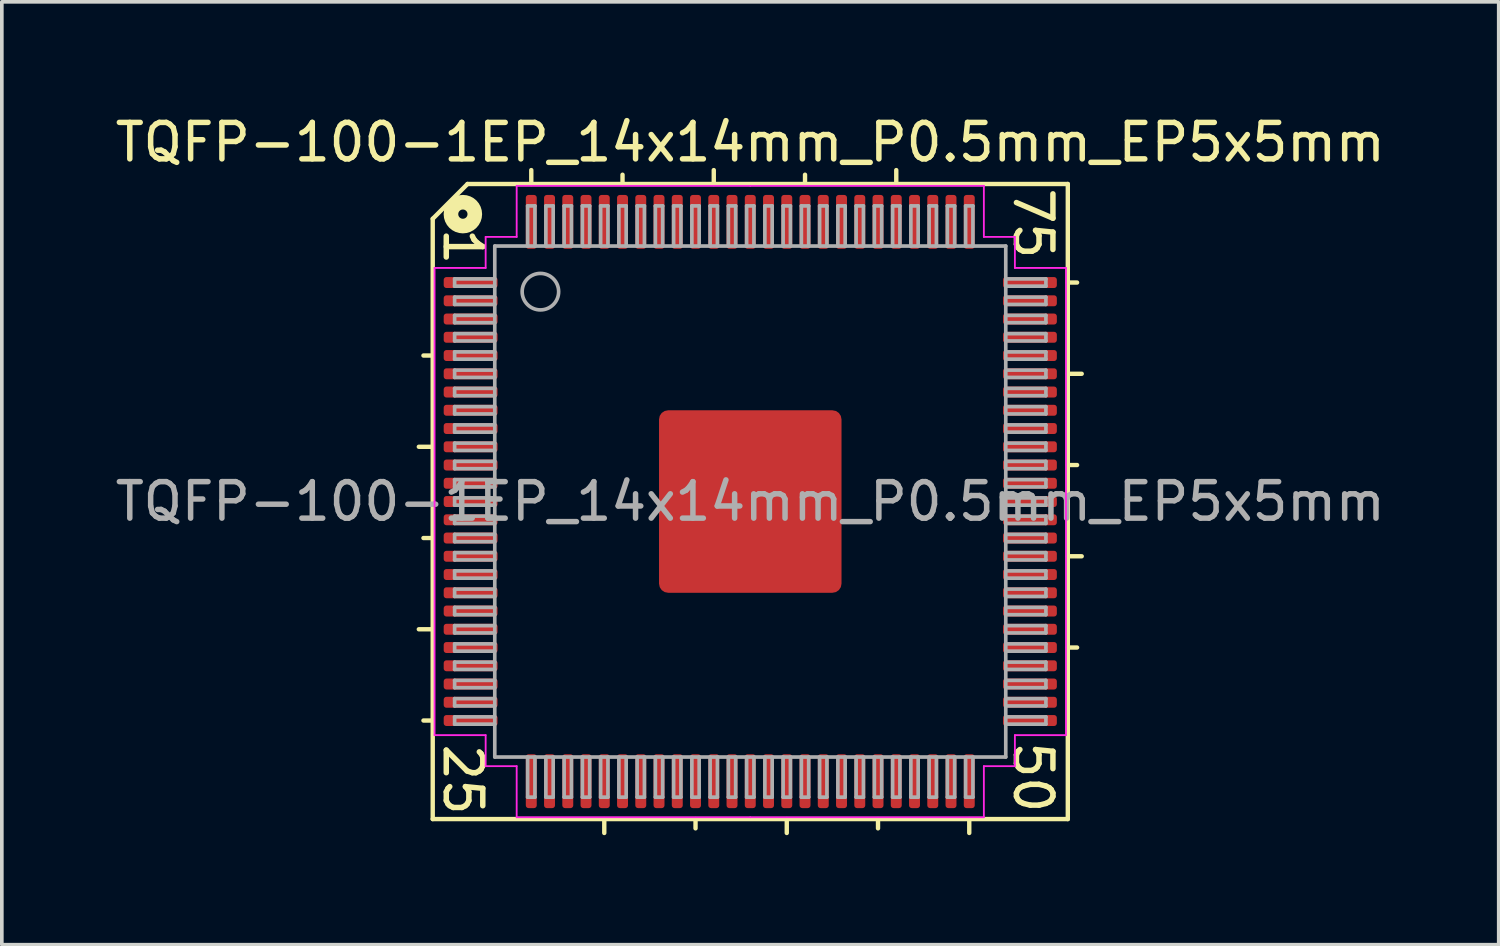
<source format=kicad_pcb>
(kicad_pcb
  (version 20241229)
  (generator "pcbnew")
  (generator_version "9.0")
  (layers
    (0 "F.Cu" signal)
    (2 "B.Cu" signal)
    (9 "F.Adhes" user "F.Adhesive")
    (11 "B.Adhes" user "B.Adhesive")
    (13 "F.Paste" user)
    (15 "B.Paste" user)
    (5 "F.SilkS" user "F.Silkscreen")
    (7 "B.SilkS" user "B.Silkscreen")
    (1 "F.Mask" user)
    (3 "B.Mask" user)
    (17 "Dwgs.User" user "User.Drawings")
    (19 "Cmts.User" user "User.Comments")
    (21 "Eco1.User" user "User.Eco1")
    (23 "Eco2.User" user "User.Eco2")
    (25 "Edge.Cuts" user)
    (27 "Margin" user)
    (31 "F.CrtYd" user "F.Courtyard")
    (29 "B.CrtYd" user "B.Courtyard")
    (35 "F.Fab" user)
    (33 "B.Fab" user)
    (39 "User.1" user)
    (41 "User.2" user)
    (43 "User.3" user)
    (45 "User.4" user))
  (footprint "TQFP-100-1EP_14x14mm_P0.5mm_EP5x5mm"
    (layer "F.Cu")
    (at 17.506 10.691)
    (property "Reference" "TQFP-100-1EP_14x14mm_P0.5mm_EP5x5mm" (at 0 -9.843 0) (layer "F.SilkS") (effects (font (size 1 1) (thickness 0.15))))
    (attr smd)
    (fp_line (start -8.7 -7.747) (end -8.7 8.7) (stroke (width 0.12) (type solid)) (layer "F.SilkS"))
    (fp_line (start -8.7 -4) (end -8.954 -4) (stroke (width 0.12) (type solid)) (layer "F.SilkS"))
    (fp_line (start -8.7 -1.5) (end -9.081 -1.5) (stroke (width 0.12) (type solid)) (layer "F.SilkS"))
    (fp_line (start -8.7 1) (end -8.954 1) (stroke (width 0.12) (type solid)) (layer "F.SilkS"))
    (fp_line (start -8.7 3.5) (end -9.081 3.5) (stroke (width 0.12) (type solid)) (layer "F.SilkS"))
    (fp_line (start -8.7 6) (end -8.954 6) (stroke (width 0.12) (type solid)) (layer "F.SilkS"))
    (fp_line (start -8.7 8.7) (end 8.7 8.7) (stroke (width 0.12) (type solid)) (layer "F.SilkS"))
    (fp_line (start -7.747 -8.7) (end -8.7 -7.747) (stroke (width 0.12) (type solid)) (layer "F.SilkS"))
    (fp_line (start -6 -8.7) (end -6 -9.081) (stroke (width 0.12) (type solid)) (layer "F.SilkS"))
    (fp_line (start -4 8.7) (end -4 9.081) (stroke (width 0.12) (type solid)) (layer "F.SilkS"))
    (fp_line (start -3.5 -8.7) (end -3.5 -8.954) (stroke (width 0.12) (type solid)) (layer "F.SilkS"))
    (fp_line (start -1.5 8.7) (end -1.5 8.954) (stroke (width 0.12) (type solid)) (layer "F.SilkS"))
    (fp_line (start -1 -8.7) (end -1 -9.081) (stroke (width 0.12) (type solid)) (layer "F.SilkS"))
    (fp_line (start 1 8.7) (end 1 9.081) (stroke (width 0.12) (type solid)) (layer "F.SilkS"))
    (fp_line (start 1.5 -8.7) (end 1.5 -8.954) (stroke (width 0.12) (type solid)) (layer "F.SilkS"))
    (fp_line (start 3.5 8.7) (end 3.5 8.954) (stroke (width 0.12) (type solid)) (layer "F.SilkS"))
    (fp_line (start 4 -8.7) (end 4 -9.081) (stroke (width 0.12) (type solid)) (layer "F.SilkS"))
    (fp_line (start 6 8.7) (end 6 9.081) (stroke (width 0.12) (type solid)) (layer "F.SilkS"))
    (fp_line (start 8.7 -8.7) (end -7.747 -8.7) (stroke (width 0.12) (type solid)) (layer "F.SilkS"))
    (fp_line (start 8.7 -6) (end 8.954 -6) (stroke (width 0.12) (type solid)) (layer "F.SilkS"))
    (fp_line (start 8.7 -3.5) (end 9.081 -3.5) (stroke (width 0.12) (type solid)) (layer "F.SilkS"))
    (fp_line (start 8.7 -1) (end 8.954 -1) (stroke (width 0.12) (type solid)) (layer "F.SilkS"))
    (fp_line (start 8.7 1.5) (end 9.081 1.5) (stroke (width 0.12) (type solid)) (layer "F.SilkS"))
    (fp_line (start 8.7 4) (end 8.954 4) (stroke (width 0.12) (type solid)) (layer "F.SilkS"))
    (fp_line (start 8.7 8.7) (end 8.7 -8.7) (stroke (width 0.12) (type solid)) (layer "F.SilkS"))
    (fp_circle (center -7.874 -7.874) (end -7.747 -7.874) (stroke (width 0.4) (type solid)) (fill no) (layer "F.SilkS"))
    (fp_line (start -8.65 -6.4) (end -8.65 0) (stroke (width 0.05) (type solid)) (layer "F.CrtYd"))
    (fp_line (start -8.65 6.4) (end -8.65 0) (stroke (width 0.05) (type solid)) (layer "F.CrtYd"))
    (fp_line (start -7.25 -7.25) (end -7.25 -6.4) (stroke (width 0.05) (type solid)) (layer "F.CrtYd"))
    (fp_line (start -7.25 -6.4) (end -8.65 -6.4) (stroke (width 0.05) (type solid)) (layer "F.CrtYd"))
    (fp_line (start -7.25 6.4) (end -8.65 6.4) (stroke (width 0.05) (type solid)) (layer "F.CrtYd"))
    (fp_line (start -7.25 7.25) (end -7.25 6.4) (stroke (width 0.05) (type solid)) (layer "F.CrtYd"))
    (fp_line (start -6.4 -8.65) (end -6.4 -7.25) (stroke (width 0.05) (type solid)) (layer "F.CrtYd"))
    (fp_line (start -6.4 -7.25) (end -7.25 -7.25) (stroke (width 0.05) (type solid)) (layer "F.CrtYd"))
    (fp_line (start -6.4 7.25) (end -7.25 7.25) (stroke (width 0.05) (type solid)) (layer "F.CrtYd"))
    (fp_line (start -6.4 8.65) (end -6.4 7.25) (stroke (width 0.05) (type solid)) (layer "F.CrtYd"))
    (fp_line (start 0 -8.65) (end -6.4 -8.65) (stroke (width 0.05) (type solid)) (layer "F.CrtYd"))
    (fp_line (start 0 -8.65) (end 6.4 -8.65) (stroke (width 0.05) (type solid)) (layer "F.CrtYd"))
    (fp_line (start 0 8.65) (end -6.4 8.65) (stroke (width 0.05) (type solid)) (layer "F.CrtYd"))
    (fp_line (start 0 8.65) (end 6.4 8.65) (stroke (width 0.05) (type solid)) (layer "F.CrtYd"))
    (fp_line (start 6.4 -8.65) (end 6.4 -7.25) (stroke (width 0.05) (type solid)) (layer "F.CrtYd"))
    (fp_line (start 6.4 -7.25) (end 7.25 -7.25) (stroke (width 0.05) (type solid)) (layer "F.CrtYd"))
    (fp_line (start 6.4 7.25) (end 7.25 7.25) (stroke (width 0.05) (type solid)) (layer "F.CrtYd"))
    (fp_line (start 6.4 8.65) (end 6.4 7.25) (stroke (width 0.05) (type solid)) (layer "F.CrtYd"))
    (fp_line (start 7.25 -7.25) (end 7.25 -6.4) (stroke (width 0.05) (type solid)) (layer "F.CrtYd"))
    (fp_line (start 7.25 -6.4) (end 8.65 -6.4) (stroke (width 0.05) (type solid)) (layer "F.CrtYd"))
    (fp_line (start 7.25 6.4) (end 8.65 6.4) (stroke (width 0.05) (type solid)) (layer "F.CrtYd"))
    (fp_line (start 7.25 7.25) (end 7.25 6.4) (stroke (width 0.05) (type solid)) (layer "F.CrtYd"))
    (fp_line (start 8.65 -6.4) (end 8.65 0) (stroke (width 0.05) (type solid)) (layer "F.CrtYd"))
    (fp_line (start 8.65 6.4) (end 8.65 0) (stroke (width 0.05) (type solid)) (layer "F.CrtYd"))
    (fp_line (start -8.1 -6.1) (end -8.1 -5.9) (stroke (width 0.1) (type solid)) (layer "F.Fab"))
    (fp_line (start -8.1 -6.1) (end -7 -6.1) (stroke (width 0.1) (type solid)) (layer "F.Fab"))
    (fp_line (start -8.1 -5.9) (end -7 -5.9) (stroke (width 0.1) (type solid)) (layer "F.Fab"))
    (fp_line (start -8.1 -5.6) (end -8.1 -5.4) (stroke (width 0.1) (type solid)) (layer "F.Fab"))
    (fp_line (start -8.1 -5.6) (end -7 -5.6) (stroke (width 0.1) (type solid)) (layer "F.Fab"))
    (fp_line (start -8.1 -5.4) (end -7 -5.4) (stroke (width 0.1) (type solid)) (layer "F.Fab"))
    (fp_line (start -8.1 -5.1) (end -8.1 -4.9) (stroke (width 0.1) (type solid)) (layer "F.Fab"))
    (fp_line (start -8.1 -5.1) (end -7 -5.1) (stroke (width 0.1) (type solid)) (layer "F.Fab"))
    (fp_line (start -8.1 -4.9) (end -7 -4.9) (stroke (width 0.1) (type solid)) (layer "F.Fab"))
    (fp_line (start -8.1 -4.6) (end -8.1 -4.4) (stroke (width 0.1) (type solid)) (layer "F.Fab"))
    (fp_line (start -8.1 -4.6) (end -7 -4.6) (stroke (width 0.1) (type solid)) (layer "F.Fab"))
    (fp_line (start -8.1 -4.4) (end -7 -4.4) (stroke (width 0.1) (type solid)) (layer "F.Fab"))
    (fp_line (start -8.1 -4.1) (end -8.1 -3.9) (stroke (width 0.1) (type solid)) (layer "F.Fab"))
    (fp_line (start -8.1 -4.1) (end -7 -4.1) (stroke (width 0.1) (type solid)) (layer "F.Fab"))
    (fp_line (start -8.1 -3.9) (end -7 -3.9) (stroke (width 0.1) (type solid)) (layer "F.Fab"))
    (fp_line (start -8.1 -3.6) (end -8.1 -3.4) (stroke (width 0.1) (type solid)) (layer "F.Fab"))
    (fp_line (start -8.1 -3.6) (end -7 -3.6) (stroke (width 0.1) (type solid)) (layer "F.Fab"))
    (fp_line (start -8.1 -3.4) (end -7 -3.4) (stroke (width 0.1) (type solid)) (layer "F.Fab"))
    (fp_line (start -8.1 -3.1) (end -8.1 -2.9) (stroke (width 0.1) (type solid)) (layer "F.Fab"))
    (fp_line (start -8.1 -3.1) (end -7 -3.1) (stroke (width 0.1) (type solid)) (layer "F.Fab"))
    (fp_line (start -8.1 -2.9) (end -7 -2.9) (stroke (width 0.1) (type solid)) (layer "F.Fab"))
    (fp_line (start -8.1 -2.6) (end -8.1 -2.4) (stroke (width 0.1) (type solid)) (layer "F.Fab"))
    (fp_line (start -8.1 -2.6) (end -7 -2.6) (stroke (width 0.1) (type solid)) (layer "F.Fab"))
    (fp_line (start -8.1 -2.4) (end -7 -2.4) (stroke (width 0.1) (type solid)) (layer "F.Fab"))
    (fp_line (start -8.1 -2.1) (end -8.1 -1.9) (stroke (width 0.1) (type solid)) (layer "F.Fab"))
    (fp_line (start -8.1 -2.1) (end -7 -2.1) (stroke (width 0.1) (type solid)) (layer "F.Fab"))
    (fp_line (start -8.1 -1.9) (end -7 -1.9) (stroke (width 0.1) (type solid)) (layer "F.Fab"))
    (fp_line (start -8.1 -1.6) (end -8.1 -1.4) (stroke (width 0.1) (type solid)) (layer "F.Fab"))
    (fp_line (start -8.1 -1.6) (end -7 -1.6) (stroke (width 0.1) (type solid)) (layer "F.Fab"))
    (fp_line (start -8.1 -1.4) (end -7 -1.4) (stroke (width 0.1) (type solid)) (layer "F.Fab"))
    (fp_line (start -8.1 -1.1) (end -8.1 -0.9) (stroke (width 0.1) (type solid)) (layer "F.Fab"))
    (fp_line (start -8.1 -1.1) (end -7 -1.1) (stroke (width 0.1) (type solid)) (layer "F.Fab"))
    (fp_line (start -8.1 -0.9) (end -7 -0.9) (stroke (width 0.1) (type solid)) (layer "F.Fab"))
    (fp_line (start -8.1 -0.6) (end -8.1 -0.4) (stroke (width 0.1) (type solid)) (layer "F.Fab"))
    (fp_line (start -8.1 -0.6) (end -7 -0.6) (stroke (width 0.1) (type solid)) (layer "F.Fab"))
    (fp_line (start -8.1 -0.4) (end -7 -0.4) (stroke (width 0.1) (type solid)) (layer "F.Fab"))
    (fp_line (start -8.1 -0.1) (end -8.1 0.1) (stroke (width 0.1) (type solid)) (layer "F.Fab"))
    (fp_line (start -8.1 -0.1) (end -7 -0.1) (stroke (width 0.1) (type solid)) (layer "F.Fab"))
    (fp_line (start -8.1 0.1) (end -7 0.1) (stroke (width 0.1) (type solid)) (layer "F.Fab"))
    (fp_line (start -8.1 0.4) (end -8.1 0.6) (stroke (width 0.1) (type solid)) (layer "F.Fab"))
    (fp_line (start -8.1 0.4) (end -7 0.4) (stroke (width 0.1) (type solid)) (layer "F.Fab"))
    (fp_line (start -8.1 0.6) (end -7 0.6) (stroke (width 0.1) (type solid)) (layer "F.Fab"))
    (fp_line (start -8.1 0.9) (end -8.1 1.1) (stroke (width 0.1) (type solid)) (layer "F.Fab"))
    (fp_line (start -8.1 0.9) (end -7 0.9) (stroke (width 0.1) (type solid)) (layer "F.Fab"))
    (fp_line (start -8.1 1.1) (end -7 1.1) (stroke (width 0.1) (type solid)) (layer "F.Fab"))
    (fp_line (start -8.1 1.4) (end -8.1 1.6) (stroke (width 0.1) (type solid)) (layer "F.Fab"))
    (fp_line (start -8.1 1.4) (end -7 1.4) (stroke (width 0.1) (type solid)) (layer "F.Fab"))
    (fp_line (start -8.1 1.6) (end -7 1.6) (stroke (width 0.1) (type solid)) (layer "F.Fab"))
    (fp_line (start -8.1 1.9) (end -8.1 2.1) (stroke (width 0.1) (type solid)) (layer "F.Fab"))
    (fp_line (start -8.1 1.9) (end -7 1.9) (stroke (width 0.1) (type solid)) (layer "F.Fab"))
    (fp_line (start -8.1 2.1) (end -7 2.1) (stroke (width 0.1) (type solid)) (layer "F.Fab"))
    (fp_line (start -8.1 2.4) (end -8.1 2.6) (stroke (width 0.1) (type solid)) (layer "F.Fab"))
    (fp_line (start -8.1 2.4) (end -7 2.4) (stroke (width 0.1) (type solid)) (layer "F.Fab"))
    (fp_line (start -8.1 2.6) (end -7 2.6) (stroke (width 0.1) (type solid)) (layer "F.Fab"))
    (fp_line (start -8.1 2.9) (end -8.1 3.1) (stroke (width 0.1) (type solid)) (layer "F.Fab"))
    (fp_line (start -8.1 2.9) (end -7 2.9) (stroke (width 0.1) (type solid)) (layer "F.Fab"))
    (fp_line (start -8.1 3.1) (end -7 3.1) (stroke (width 0.1) (type solid)) (layer "F.Fab"))
    (fp_line (start -8.1 3.4) (end -8.1 3.6) (stroke (width 0.1) (type solid)) (layer "F.Fab"))
    (fp_line (start -8.1 3.4) (end -7 3.4) (stroke (width 0.1) (type solid)) (layer "F.Fab"))
    (fp_line (start -8.1 3.6) (end -7 3.6) (stroke (width 0.1) (type solid)) (layer "F.Fab"))
    (fp_line (start -8.1 3.9) (end -8.1 4.1) (stroke (width 0.1) (type solid)) (layer "F.Fab"))
    (fp_line (start -8.1 3.9) (end -7 3.9) (stroke (width 0.1) (type solid)) (layer "F.Fab"))
    (fp_line (start -8.1 4.1) (end -7 4.1) (stroke (width 0.1) (type solid)) (layer "F.Fab"))
    (fp_line (start -8.1 4.4) (end -8.1 4.6) (stroke (width 0.1) (type solid)) (layer "F.Fab"))
    (fp_line (start -8.1 4.4) (end -7 4.4) (stroke (width 0.1) (type solid)) (layer "F.Fab"))
    (fp_line (start -8.1 4.6) (end -7 4.6) (stroke (width 0.1) (type solid)) (layer "F.Fab"))
    (fp_line (start -8.1 4.9) (end -8.1 5.1) (stroke (width 0.1) (type solid)) (layer "F.Fab"))
    (fp_line (start -8.1 4.9) (end -7 4.9) (stroke (width 0.1) (type solid)) (layer "F.Fab"))
    (fp_line (start -8.1 5.1) (end -7 5.1) (stroke (width 0.1) (type solid)) (layer "F.Fab"))
    (fp_line (start -8.1 5.4) (end -8.1 5.6) (stroke (width 0.1) (type solid)) (layer "F.Fab"))
    (fp_line (start -8.1 5.4) (end -7 5.4) (stroke (width 0.1) (type solid)) (layer "F.Fab"))
    (fp_line (start -8.1 5.6) (end -7 5.6) (stroke (width 0.1) (type solid)) (layer "F.Fab"))
    (fp_line (start -8.1 5.9) (end -8.1 6.1) (stroke (width 0.1) (type solid)) (layer "F.Fab"))
    (fp_line (start -8.1 5.9) (end -7 5.9) (stroke (width 0.1) (type solid)) (layer "F.Fab"))
    (fp_line (start -8.1 6.1) (end -7 6.1) (stroke (width 0.1) (type solid)) (layer "F.Fab"))
    (fp_line (start -7 -7) (end 7 -7) (stroke (width 0.1) (type solid)) (layer "F.Fab"))
    (fp_line (start -7 7) (end -7 -7) (stroke (width 0.1) (type solid)) (layer "F.Fab"))
    (fp_line (start -6.1 -8.1) (end -6.1 -7) (stroke (width 0.1) (type solid)) (layer "F.Fab"))
    (fp_line (start -6.1 8.1) (end -6.1 7) (stroke (width 0.1) (type solid)) (layer "F.Fab"))
    (fp_line (start -6.1 8.1) (end -5.9 8.1) (stroke (width 0.1) (type solid)) (layer "F.Fab"))
    (fp_line (start -5.9 -8.1) (end -6.1 -8.1) (stroke (width 0.1) (type solid)) (layer "F.Fab"))
    (fp_line (start -5.9 -8.1) (end -5.9 -7) (stroke (width 0.1) (type solid)) (layer "F.Fab"))
    (fp_line (start -5.9 8.1) (end -5.9 7) (stroke (width 0.1) (type solid)) (layer "F.Fab"))
    (fp_line (start -5.6 -8.1) (end -5.6 -7) (stroke (width 0.1) (type solid)) (layer "F.Fab"))
    (fp_line (start -5.6 8.1) (end -5.6 7) (stroke (width 0.1) (type solid)) (layer "F.Fab"))
    (fp_line (start -5.6 8.1) (end -5.4 8.1) (stroke (width 0.1) (type solid)) (layer "F.Fab"))
    (fp_line (start -5.4 -8.1) (end -5.6 -8.1) (stroke (width 0.1) (type solid)) (layer "F.Fab"))
    (fp_line (start -5.4 -8.1) (end -5.4 -7) (stroke (width 0.1) (type solid)) (layer "F.Fab"))
    (fp_line (start -5.4 8.1) (end -5.4 7) (stroke (width 0.1) (type solid)) (layer "F.Fab"))
    (fp_line (start -5.1 -8.1) (end -5.1 -7) (stroke (width 0.1) (type solid)) (layer "F.Fab"))
    (fp_line (start -5.1 8.1) (end -5.1 7) (stroke (width 0.1) (type solid)) (layer "F.Fab"))
    (fp_line (start -5.1 8.1) (end -4.9 8.1) (stroke (width 0.1) (type solid)) (layer "F.Fab"))
    (fp_line (start -4.9 -8.1) (end -5.1 -8.1) (stroke (width 0.1) (type solid)) (layer "F.Fab"))
    (fp_line (start -4.9 -8.1) (end -4.9 -7) (stroke (width 0.1) (type solid)) (layer "F.Fab"))
    (fp_line (start -4.9 8.1) (end -4.9 7) (stroke (width 0.1) (type solid)) (layer "F.Fab"))
    (fp_line (start -4.6 -8.1) (end -4.6 -7) (stroke (width 0.1) (type solid)) (layer "F.Fab"))
    (fp_line (start -4.6 8.1) (end -4.6 7) (stroke (width 0.1) (type solid)) (layer "F.Fab"))
    (fp_line (start -4.6 8.1) (end -4.4 8.1) (stroke (width 0.1) (type solid)) (layer "F.Fab"))
    (fp_line (start -4.4 -8.1) (end -4.6 -8.1) (stroke (width 0.1) (type solid)) (layer "F.Fab"))
    (fp_line (start -4.4 -8.1) (end -4.4 -7) (stroke (width 0.1) (type solid)) (layer "F.Fab"))
    (fp_line (start -4.4 8.1) (end -4.4 7) (stroke (width 0.1) (type solid)) (layer "F.Fab"))
    (fp_line (start -4.1 -8.1) (end -4.1 -7) (stroke (width 0.1) (type solid)) (layer "F.Fab"))
    (fp_line (start -4.1 8.1) (end -4.1 7) (stroke (width 0.1) (type solid)) (layer "F.Fab"))
    (fp_line (start -4.1 8.1) (end -3.9 8.1) (stroke (width 0.1) (type solid)) (layer "F.Fab"))
    (fp_line (start -3.9 -8.1) (end -4.1 -8.1) (stroke (width 0.1) (type solid)) (layer "F.Fab"))
    (fp_line (start -3.9 -8.1) (end -3.9 -7) (stroke (width 0.1) (type solid)) (layer "F.Fab"))
    (fp_line (start -3.9 8.1) (end -3.9 7) (stroke (width 0.1) (type solid)) (layer "F.Fab"))
    (fp_line (start -3.6 -8.1) (end -3.6 -7) (stroke (width 0.1) (type solid)) (layer "F.Fab"))
    (fp_line (start -3.6 8.1) (end -3.6 7) (stroke (width 0.1) (type solid)) (layer "F.Fab"))
    (fp_line (start -3.6 8.1) (end -3.4 8.1) (stroke (width 0.1) (type solid)) (layer "F.Fab"))
    (fp_line (start -3.4 -8.1) (end -3.6 -8.1) (stroke (width 0.1) (type solid)) (layer "F.Fab"))
    (fp_line (start -3.4 -8.1) (end -3.4 -7) (stroke (width 0.1) (type solid)) (layer "F.Fab"))
    (fp_line (start -3.4 8.1) (end -3.4 7) (stroke (width 0.1) (type solid)) (layer "F.Fab"))
    (fp_line (start -3.1 -8.1) (end -3.1 -7) (stroke (width 0.1) (type solid)) (layer "F.Fab"))
    (fp_line (start -3.1 8.1) (end -3.1 7) (stroke (width 0.1) (type solid)) (layer "F.Fab"))
    (fp_line (start -3.1 8.1) (end -2.9 8.1) (stroke (width 0.1) (type solid)) (layer "F.Fab"))
    (fp_line (start -2.9 -8.1) (end -3.1 -8.1) (stroke (width 0.1) (type solid)) (layer "F.Fab"))
    (fp_line (start -2.9 -8.1) (end -2.9 -7) (stroke (width 0.1) (type solid)) (layer "F.Fab"))
    (fp_line (start -2.9 8.1) (end -2.9 7) (stroke (width 0.1) (type solid)) (layer "F.Fab"))
    (fp_line (start -2.6 -8.1) (end -2.6 -7) (stroke (width 0.1) (type solid)) (layer "F.Fab"))
    (fp_line (start -2.6 8.1) (end -2.6 7) (stroke (width 0.1) (type solid)) (layer "F.Fab"))
    (fp_line (start -2.6 8.1) (end -2.4 8.1) (stroke (width 0.1) (type solid)) (layer "F.Fab"))
    (fp_line (start -2.4 -8.1) (end -2.6 -8.1) (stroke (width 0.1) (type solid)) (layer "F.Fab"))
    (fp_line (start -2.4 -8.1) (end -2.4 -7) (stroke (width 0.1) (type solid)) (layer "F.Fab"))
    (fp_line (start -2.4 8.1) (end -2.4 7) (stroke (width 0.1) (type solid)) (layer "F.Fab"))
    (fp_line (start -2.1 -8.1) (end -2.1 -7) (stroke (width 0.1) (type solid)) (layer "F.Fab"))
    (fp_line (start -2.1 8.1) (end -2.1 7) (stroke (width 0.1) (type solid)) (layer "F.Fab"))
    (fp_line (start -2.1 8.1) (end -1.9 8.1) (stroke (width 0.1) (type solid)) (layer "F.Fab"))
    (fp_line (start -1.9 -8.1) (end -2.1 -8.1) (stroke (width 0.1) (type solid)) (layer "F.Fab"))
    (fp_line (start -1.9 -8.1) (end -1.9 -7) (stroke (width 0.1) (type solid)) (layer "F.Fab"))
    (fp_line (start -1.9 8.1) (end -1.9 7) (stroke (width 0.1) (type solid)) (layer "F.Fab"))
    (fp_line (start -1.6 -8.1) (end -1.6 -7) (stroke (width 0.1) (type solid)) (layer "F.Fab"))
    (fp_line (start -1.6 8.1) (end -1.6 7) (stroke (width 0.1) (type solid)) (layer "F.Fab"))
    (fp_line (start -1.6 8.1) (end -1.4 8.1) (stroke (width 0.1) (type solid)) (layer "F.Fab"))
    (fp_line (start -1.4 -8.1) (end -1.6 -8.1) (stroke (width 0.1) (type solid)) (layer "F.Fab"))
    (fp_line (start -1.4 -8.1) (end -1.4 -7) (stroke (width 0.1) (type solid)) (layer "F.Fab"))
    (fp_line (start -1.4 8.1) (end -1.4 7) (stroke (width 0.1) (type solid)) (layer "F.Fab"))
    (fp_line (start -1.1 -8.1) (end -1.1 -7) (stroke (width 0.1) (type solid)) (layer "F.Fab"))
    (fp_line (start -1.1 8.1) (end -1.1 7) (stroke (width 0.1) (type solid)) (layer "F.Fab"))
    (fp_line (start -1.1 8.1) (end -0.9 8.1) (stroke (width 0.1) (type solid)) (layer "F.Fab"))
    (fp_line (start -0.9 -8.1) (end -1.1 -8.1) (stroke (width 0.1) (type solid)) (layer "F.Fab"))
    (fp_line (start -0.9 -8.1) (end -0.9 -7) (stroke (width 0.1) (type solid)) (layer "F.Fab"))
    (fp_line (start -0.9 8.1) (end -0.9 7) (stroke (width 0.1) (type solid)) (layer "F.Fab"))
    (fp_line (start -0.6 -8.1) (end -0.6 -7) (stroke (width 0.1) (type solid)) (layer "F.Fab"))
    (fp_line (start -0.6 8.1) (end -0.6 7) (stroke (width 0.1) (type solid)) (layer "F.Fab"))
    (fp_line (start -0.6 8.1) (end -0.4 8.1) (stroke (width 0.1) (type solid)) (layer "F.Fab"))
    (fp_line (start -0.4 -8.1) (end -0.6 -8.1) (stroke (width 0.1) (type solid)) (layer "F.Fab"))
    (fp_line (start -0.4 -8.1) (end -0.4 -7) (stroke (width 0.1) (type solid)) (layer "F.Fab"))
    (fp_line (start -0.4 8.1) (end -0.4 7) (stroke (width 0.1) (type solid)) (layer "F.Fab"))
    (fp_line (start -0.1 -8.1) (end -0.1 -7) (stroke (width 0.1) (type solid)) (layer "F.Fab"))
    (fp_line (start -0.1 8.1) (end -0.1 7) (stroke (width 0.1) (type solid)) (layer "F.Fab"))
    (fp_line (start -0.1 8.1) (end 0.1 8.1) (stroke (width 0.1) (type solid)) (layer "F.Fab"))
    (fp_line (start 0.1 -8.1) (end -0.1 -8.1) (stroke (width 0.1) (type solid)) (layer "F.Fab"))
    (fp_line (start 0.1 -8.1) (end 0.1 -7) (stroke (width 0.1) (type solid)) (layer "F.Fab"))
    (fp_line (start 0.1 8.1) (end 0.1 7) (stroke (width 0.1) (type solid)) (layer "F.Fab"))
    (fp_line (start 0.4 -8.1) (end 0.4 -7) (stroke (width 0.1) (type solid)) (layer "F.Fab"))
    (fp_line (start 0.4 8.1) (end 0.4 7) (stroke (width 0.1) (type solid)) (layer "F.Fab"))
    (fp_line (start 0.4 8.1) (end 0.6 8.1) (stroke (width 0.1) (type solid)) (layer "F.Fab"))
    (fp_line (start 0.6 -8.1) (end 0.4 -8.1) (stroke (width 0.1) (type solid)) (layer "F.Fab"))
    (fp_line (start 0.6 -8.1) (end 0.6 -7) (stroke (width 0.1) (type solid)) (layer "F.Fab"))
    (fp_line (start 0.6 8.1) (end 0.6 7) (stroke (width 0.1) (type solid)) (layer "F.Fab"))
    (fp_line (start 0.9 -8.1) (end 0.9 -7) (stroke (width 0.1) (type solid)) (layer "F.Fab"))
    (fp_line (start 0.9 8.1) (end 0.9 7) (stroke (width 0.1) (type solid)) (layer "F.Fab"))
    (fp_line (start 0.9 8.1) (end 1.1 8.1) (stroke (width 0.1) (type solid)) (layer "F.Fab"))
    (fp_line (start 1.1 -8.1) (end 0.9 -8.1) (stroke (width 0.1) (type solid)) (layer "F.Fab"))
    (fp_line (start 1.1 -8.1) (end 1.1 -7) (stroke (width 0.1) (type solid)) (layer "F.Fab"))
    (fp_line (start 1.1 8.1) (end 1.1 7) (stroke (width 0.1) (type solid)) (layer "F.Fab"))
    (fp_line (start 1.4 -8.1) (end 1.4 -7) (stroke (width 0.1) (type solid)) (layer "F.Fab"))
    (fp_line (start 1.4 8.1) (end 1.4 7) (stroke (width 0.1) (type solid)) (layer "F.Fab"))
    (fp_line (start 1.4 8.1) (end 1.6 8.1) (stroke (width 0.1) (type solid)) (layer "F.Fab"))
    (fp_line (start 1.6 -8.1) (end 1.4 -8.1) (stroke (width 0.1) (type solid)) (layer "F.Fab"))
    (fp_line (start 1.6 -8.1) (end 1.6 -7) (stroke (width 0.1) (type solid)) (layer "F.Fab"))
    (fp_line (start 1.6 8.1) (end 1.6 7) (stroke (width 0.1) (type solid)) (layer "F.Fab"))
    (fp_line (start 1.9 -8.1) (end 1.9 -7) (stroke (width 0.1) (type solid)) (layer "F.Fab"))
    (fp_line (start 1.9 8.1) (end 1.9 7) (stroke (width 0.1) (type solid)) (layer "F.Fab"))
    (fp_line (start 1.9 8.1) (end 2.1 8.1) (stroke (width 0.1) (type solid)) (layer "F.Fab"))
    (fp_line (start 2.1 -8.1) (end 1.9 -8.1) (stroke (width 0.1) (type solid)) (layer "F.Fab"))
    (fp_line (start 2.1 -8.1) (end 2.1 -7) (stroke (width 0.1) (type solid)) (layer "F.Fab"))
    (fp_line (start 2.1 8.1) (end 2.1 7) (stroke (width 0.1) (type solid)) (layer "F.Fab"))
    (fp_line (start 2.4 -8.1) (end 2.4 -7) (stroke (width 0.1) (type solid)) (layer "F.Fab"))
    (fp_line (start 2.4 8.1) (end 2.4 7) (stroke (width 0.1) (type solid)) (layer "F.Fab"))
    (fp_line (start 2.4 8.1) (end 2.6 8.1) (stroke (width 0.1) (type solid)) (layer "F.Fab"))
    (fp_line (start 2.6 -8.1) (end 2.4 -8.1) (stroke (width 0.1) (type solid)) (layer "F.Fab"))
    (fp_line (start 2.6 -8.1) (end 2.6 -7) (stroke (width 0.1) (type solid)) (layer "F.Fab"))
    (fp_line (start 2.6 8.1) (end 2.6 7) (stroke (width 0.1) (type solid)) (layer "F.Fab"))
    (fp_line (start 2.9 -8.1) (end 2.9 -7) (stroke (width 0.1) (type solid)) (layer "F.Fab"))
    (fp_line (start 2.9 8.1) (end 2.9 7) (stroke (width 0.1) (type solid)) (layer "F.Fab"))
    (fp_line (start 2.9 8.1) (end 3.1 8.1) (stroke (width 0.1) (type solid)) (layer "F.Fab"))
    (fp_line (start 3.1 -8.1) (end 2.9 -8.1) (stroke (width 0.1) (type solid)) (layer "F.Fab"))
    (fp_line (start 3.1 -8.1) (end 3.1 -7) (stroke (width 0.1) (type solid)) (layer "F.Fab"))
    (fp_line (start 3.1 8.1) (end 3.1 7) (stroke (width 0.1) (type solid)) (layer "F.Fab"))
    (fp_line (start 3.4 -8.1) (end 3.4 -7) (stroke (width 0.1) (type solid)) (layer "F.Fab"))
    (fp_line (start 3.4 8.1) (end 3.4 7) (stroke (width 0.1) (type solid)) (layer "F.Fab"))
    (fp_line (start 3.4 8.1) (end 3.6 8.1) (stroke (width 0.1) (type solid)) (layer "F.Fab"))
    (fp_line (start 3.6 -8.1) (end 3.4 -8.1) (stroke (width 0.1) (type solid)) (layer "F.Fab"))
    (fp_line (start 3.6 -8.1) (end 3.6 -7) (stroke (width 0.1) (type solid)) (layer "F.Fab"))
    (fp_line (start 3.6 8.1) (end 3.6 7) (stroke (width 0.1) (type solid)) (layer "F.Fab"))
    (fp_line (start 3.9 -8.1) (end 3.9 -7) (stroke (width 0.1) (type solid)) (layer "F.Fab"))
    (fp_line (start 3.9 8.1) (end 3.9 7) (stroke (width 0.1) (type solid)) (layer "F.Fab"))
    (fp_line (start 3.9 8.1) (end 4.1 8.1) (stroke (width 0.1) (type solid)) (layer "F.Fab"))
    (fp_line (start 4.1 -8.1) (end 3.9 -8.1) (stroke (width 0.1) (type solid)) (layer "F.Fab"))
    (fp_line (start 4.1 -8.1) (end 4.1 -7) (stroke (width 0.1) (type solid)) (layer "F.Fab"))
    (fp_line (start 4.1 8.1) (end 4.1 7) (stroke (width 0.1) (type solid)) (layer "F.Fab"))
    (fp_line (start 4.4 -8.1) (end 4.4 -7) (stroke (width 0.1) (type solid)) (layer "F.Fab"))
    (fp_line (start 4.4 8.1) (end 4.4 7) (stroke (width 0.1) (type solid)) (layer "F.Fab"))
    (fp_line (start 4.4 8.1) (end 4.6 8.1) (stroke (width 0.1) (type solid)) (layer "F.Fab"))
    (fp_line (start 4.6 -8.1) (end 4.4 -8.1) (stroke (width 0.1) (type solid)) (layer "F.Fab"))
    (fp_line (start 4.6 -8.1) (end 4.6 -7) (stroke (width 0.1) (type solid)) (layer "F.Fab"))
    (fp_line (start 4.6 8.1) (end 4.6 7) (stroke (width 0.1) (type solid)) (layer "F.Fab"))
    (fp_line (start 4.9 -8.1) (end 4.9 -7) (stroke (width 0.1) (type solid)) (layer "F.Fab"))
    (fp_line (start 4.9 8.1) (end 4.9 7) (stroke (width 0.1) (type solid)) (layer "F.Fab"))
    (fp_line (start 4.9 8.1) (end 5.1 8.1) (stroke (width 0.1) (type solid)) (layer "F.Fab"))
    (fp_line (start 5.1 -8.1) (end 4.9 -8.1) (stroke (width 0.1) (type solid)) (layer "F.Fab"))
    (fp_line (start 5.1 -8.1) (end 5.1 -7) (stroke (width 0.1) (type solid)) (layer "F.Fab"))
    (fp_line (start 5.1 8.1) (end 5.1 7) (stroke (width 0.1) (type solid)) (layer "F.Fab"))
    (fp_line (start 5.4 -8.1) (end 5.4 -7) (stroke (width 0.1) (type solid)) (layer "F.Fab"))
    (fp_line (start 5.4 8.1) (end 5.4 7) (stroke (width 0.1) (type solid)) (layer "F.Fab"))
    (fp_line (start 5.4 8.1) (end 5.6 8.1) (stroke (width 0.1) (type solid)) (layer "F.Fab"))
    (fp_line (start 5.6 -8.1) (end 5.4 -8.1) (stroke (width 0.1) (type solid)) (layer "F.Fab"))
    (fp_line (start 5.6 -8.1) (end 5.6 -7) (stroke (width 0.1) (type solid)) (layer "F.Fab"))
    (fp_line (start 5.6 8.1) (end 5.6 7) (stroke (width 0.1) (type solid)) (layer "F.Fab"))
    (fp_line (start 5.9 -8.1) (end 5.9 -7) (stroke (width 0.1) (type solid)) (layer "F.Fab"))
    (fp_line (start 5.9 8.1) (end 5.9 7) (stroke (width 0.1) (type solid)) (layer "F.Fab"))
    (fp_line (start 5.9 8.1) (end 6.1 8.1) (stroke (width 0.1) (type solid)) (layer "F.Fab"))
    (fp_line (start 6.1 -8.1) (end 5.9 -8.1) (stroke (width 0.1) (type solid)) (layer "F.Fab"))
    (fp_line (start 6.1 -8.1) (end 6.1 -7) (stroke (width 0.1) (type solid)) (layer "F.Fab"))
    (fp_line (start 6.1 8.1) (end 6.1 7) (stroke (width 0.1) (type solid)) (layer "F.Fab"))
    (fp_line (start 7 -7) (end 7 7) (stroke (width 0.1) (type solid)) (layer "F.Fab"))
    (fp_line (start 7 7) (end -7 7) (stroke (width 0.1) (type solid)) (layer "F.Fab"))
    (fp_line (start 8.1 -6.1) (end 7 -6.1) (stroke (width 0.1) (type solid)) (layer "F.Fab"))
    (fp_line (start 8.1 -5.9) (end 7 -5.9) (stroke (width 0.1) (type solid)) (layer "F.Fab"))
    (fp_line (start 8.1 -5.9) (end 8.1 -6.1) (stroke (width 0.1) (type solid)) (layer "F.Fab"))
    (fp_line (start 8.1 -5.6) (end 7 -5.6) (stroke (width 0.1) (type solid)) (layer "F.Fab"))
    (fp_line (start 8.1 -5.4) (end 7 -5.4) (stroke (width 0.1) (type solid)) (layer "F.Fab"))
    (fp_line (start 8.1 -5.4) (end 8.1 -5.6) (stroke (width 0.1) (type solid)) (layer "F.Fab"))
    (fp_line (start 8.1 -5.1) (end 7 -5.1) (stroke (width 0.1) (type solid)) (layer "F.Fab"))
    (fp_line (start 8.1 -4.9) (end 7 -4.9) (stroke (width 0.1) (type solid)) (layer "F.Fab"))
    (fp_line (start 8.1 -4.9) (end 8.1 -5.1) (stroke (width 0.1) (type solid)) (layer "F.Fab"))
    (fp_line (start 8.1 -4.6) (end 7 -4.6) (stroke (width 0.1) (type solid)) (layer "F.Fab"))
    (fp_line (start 8.1 -4.4) (end 7 -4.4) (stroke (width 0.1) (type solid)) (layer "F.Fab"))
    (fp_line (start 8.1 -4.4) (end 8.1 -4.6) (stroke (width 0.1) (type solid)) (layer "F.Fab"))
    (fp_line (start 8.1 -4.1) (end 7 -4.1) (stroke (width 0.1) (type solid)) (layer "F.Fab"))
    (fp_line (start 8.1 -3.9) (end 7 -3.9) (stroke (width 0.1) (type solid)) (layer "F.Fab"))
    (fp_line (start 8.1 -3.9) (end 8.1 -4.1) (stroke (width 0.1) (type solid)) (layer "F.Fab"))
    (fp_line (start 8.1 -3.6) (end 7 -3.6) (stroke (width 0.1) (type solid)) (layer "F.Fab"))
    (fp_line (start 8.1 -3.4) (end 7 -3.4) (stroke (width 0.1) (type solid)) (layer "F.Fab"))
    (fp_line (start 8.1 -3.4) (end 8.1 -3.6) (stroke (width 0.1) (type solid)) (layer "F.Fab"))
    (fp_line (start 8.1 -3.1) (end 7 -3.1) (stroke (width 0.1) (type solid)) (layer "F.Fab"))
    (fp_line (start 8.1 -2.9) (end 7 -2.9) (stroke (width 0.1) (type solid)) (layer "F.Fab"))
    (fp_line (start 8.1 -2.9) (end 8.1 -3.1) (stroke (width 0.1) (type solid)) (layer "F.Fab"))
    (fp_line (start 8.1 -2.6) (end 7 -2.6) (stroke (width 0.1) (type solid)) (layer "F.Fab"))
    (fp_line (start 8.1 -2.4) (end 7 -2.4) (stroke (width 0.1) (type solid)) (layer "F.Fab"))
    (fp_line (start 8.1 -2.4) (end 8.1 -2.6) (stroke (width 0.1) (type solid)) (layer "F.Fab"))
    (fp_line (start 8.1 -2.1) (end 7 -2.1) (stroke (width 0.1) (type solid)) (layer "F.Fab"))
    (fp_line (start 8.1 -1.9) (end 7 -1.9) (stroke (width 0.1) (type solid)) (layer "F.Fab"))
    (fp_line (start 8.1 -1.9) (end 8.1 -2.1) (stroke (width 0.1) (type solid)) (layer "F.Fab"))
    (fp_line (start 8.1 -1.6) (end 7 -1.6) (stroke (width 0.1) (type solid)) (layer "F.Fab"))
    (fp_line (start 8.1 -1.4) (end 7 -1.4) (stroke (width 0.1) (type solid)) (layer "F.Fab"))
    (fp_line (start 8.1 -1.4) (end 8.1 -1.6) (stroke (width 0.1) (type solid)) (layer "F.Fab"))
    (fp_line (start 8.1 -1.1) (end 7 -1.1) (stroke (width 0.1) (type solid)) (layer "F.Fab"))
    (fp_line (start 8.1 -0.9) (end 7 -0.9) (stroke (width 0.1) (type solid)) (layer "F.Fab"))
    (fp_line (start 8.1 -0.9) (end 8.1 -1.1) (stroke (width 0.1) (type solid)) (layer "F.Fab"))
    (fp_line (start 8.1 -0.6) (end 7 -0.6) (stroke (width 0.1) (type solid)) (layer "F.Fab"))
    (fp_line (start 8.1 -0.4) (end 7 -0.4) (stroke (width 0.1) (type solid)) (layer "F.Fab"))
    (fp_line (start 8.1 -0.4) (end 8.1 -0.6) (stroke (width 0.1) (type solid)) (layer "F.Fab"))
    (fp_line (start 8.1 -0.1) (end 7 -0.1) (stroke (width 0.1) (type solid)) (layer "F.Fab"))
    (fp_line (start 8.1 0.1) (end 7 0.1) (stroke (width 0.1) (type solid)) (layer "F.Fab"))
    (fp_line (start 8.1 0.1) (end 8.1 -0.1) (stroke (width 0.1) (type solid)) (layer "F.Fab"))
    (fp_line (start 8.1 0.4) (end 7 0.4) (stroke (width 0.1) (type solid)) (layer "F.Fab"))
    (fp_line (start 8.1 0.6) (end 7 0.6) (stroke (width 0.1) (type solid)) (layer "F.Fab"))
    (fp_line (start 8.1 0.6) (end 8.1 0.4) (stroke (width 0.1) (type solid)) (layer "F.Fab"))
    (fp_line (start 8.1 0.9) (end 7 0.9) (stroke (width 0.1) (type solid)) (layer "F.Fab"))
    (fp_line (start 8.1 1.1) (end 7 1.1) (stroke (width 0.1) (type solid)) (layer "F.Fab"))
    (fp_line (start 8.1 1.1) (end 8.1 0.9) (stroke (width 0.1) (type solid)) (layer "F.Fab"))
    (fp_line (start 8.1 1.4) (end 7 1.4) (stroke (width 0.1) (type solid)) (layer "F.Fab"))
    (fp_line (start 8.1 1.6) (end 7 1.6) (stroke (width 0.1) (type solid)) (layer "F.Fab"))
    (fp_line (start 8.1 1.6) (end 8.1 1.4) (stroke (width 0.1) (type solid)) (layer "F.Fab"))
    (fp_line (start 8.1 1.9) (end 7 1.9) (stroke (width 0.1) (type solid)) (layer "F.Fab"))
    (fp_line (start 8.1 2.1) (end 7 2.1) (stroke (width 0.1) (type solid)) (layer "F.Fab"))
    (fp_line (start 8.1 2.1) (end 8.1 1.9) (stroke (width 0.1) (type solid)) (layer "F.Fab"))
    (fp_line (start 8.1 2.4) (end 7 2.4) (stroke (width 0.1) (type solid)) (layer "F.Fab"))
    (fp_line (start 8.1 2.6) (end 7 2.6) (stroke (width 0.1) (type solid)) (layer "F.Fab"))
    (fp_line (start 8.1 2.6) (end 8.1 2.4) (stroke (width 0.1) (type solid)) (layer "F.Fab"))
    (fp_line (start 8.1 2.9) (end 7 2.9) (stroke (width 0.1) (type solid)) (layer "F.Fab"))
    (fp_line (start 8.1 3.1) (end 7 3.1) (stroke (width 0.1) (type solid)) (layer "F.Fab"))
    (fp_line (start 8.1 3.1) (end 8.1 2.9) (stroke (width 0.1) (type solid)) (layer "F.Fab"))
    (fp_line (start 8.1 3.4) (end 7 3.4) (stroke (width 0.1) (type solid)) (layer "F.Fab"))
    (fp_line (start 8.1 3.6) (end 7 3.6) (stroke (width 0.1) (type solid)) (layer "F.Fab"))
    (fp_line (start 8.1 3.6) (end 8.1 3.4) (stroke (width 0.1) (type solid)) (layer "F.Fab"))
    (fp_line (start 8.1 3.9) (end 7 3.9) (stroke (width 0.1) (type solid)) (layer "F.Fab"))
    (fp_line (start 8.1 4.1) (end 7 4.1) (stroke (width 0.1) (type solid)) (layer "F.Fab"))
    (fp_line (start 8.1 4.1) (end 8.1 3.9) (stroke (width 0.1) (type solid)) (layer "F.Fab"))
    (fp_line (start 8.1 4.4) (end 7 4.4) (stroke (width 0.1) (type solid)) (layer "F.Fab"))
    (fp_line (start 8.1 4.6) (end 7 4.6) (stroke (width 0.1) (type solid)) (layer "F.Fab"))
    (fp_line (start 8.1 4.6) (end 8.1 4.4) (stroke (width 0.1) (type solid)) (layer "F.Fab"))
    (fp_line (start 8.1 4.9) (end 7 4.9) (stroke (width 0.1) (type solid)) (layer "F.Fab"))
    (fp_line (start 8.1 5.1) (end 7 5.1) (stroke (width 0.1) (type solid)) (layer "F.Fab"))
    (fp_line (start 8.1 5.1) (end 8.1 4.9) (stroke (width 0.1) (type solid)) (layer "F.Fab"))
    (fp_line (start 8.1 5.4) (end 7 5.4) (stroke (width 0.1) (type solid)) (layer "F.Fab"))
    (fp_line (start 8.1 5.6) (end 7 5.6) (stroke (width 0.1) (type solid)) (layer "F.Fab"))
    (fp_line (start 8.1 5.6) (end 8.1 5.4) (stroke (width 0.1) (type solid)) (layer "F.Fab"))
    (fp_line (start 8.1 5.9) (end 7 5.9) (stroke (width 0.1) (type solid)) (layer "F.Fab"))
    (fp_line (start 8.1 6.1) (end 7 6.1) (stroke (width 0.1) (type solid)) (layer "F.Fab"))
    (fp_line (start 8.1 6.1) (end 8.1 5.9) (stroke (width 0.1) (type solid)) (layer "F.Fab"))
    (fp_circle (center -5.75 -5.75) (end -5.25 -5.75) (stroke (width 0.1) (type solid)) (fill no) (layer "F.Fab"))
    (fp_text user "1" (at -7.874 -6.985 270) (unlocked yes) (layer "F.SilkS") (effects (font (size 1 1) (thickness 0.15))))
    (fp_text user "25" (at -7.874 7.62 270) (unlocked yes) (layer "F.SilkS") (effects (font (size 1 1) (thickness 0.15))))
    (fp_text user "50" (at 7.747 7.557 270) (unlocked yes) (layer "F.SilkS") (effects (font (size 1 1) (thickness 0.15))))
    (fp_text user "75" (at 7.747 -7.62 270) (unlocked yes) (layer "F.SilkS") (effects (font (size 1 1) (thickness 0.15))))
    (fp_text user "${REFERENCE}" (at 0 0 0) (layer "F.Fab") (effects (font (size 1 1) (thickness 0.15))))
    (pad "" smd roundrect (at -1.875 -1.875) (size 1.01 1.01) (layers "F.Paste") (roundrect_rratio 0.248))
    (pad "" smd roundrect (at -1.875 -0.625) (size 1.01 1.01) (layers "F.Paste") (roundrect_rratio 0.248))
    (pad "" smd roundrect (at -1.875 0.625) (size 1.01 1.01) (layers "F.Paste") (roundrect_rratio 0.248))
    (pad "" smd roundrect (at -1.875 1.875) (size 1.01 1.01) (layers "F.Paste") (roundrect_rratio 0.248))
    (pad "" smd roundrect (at -0.625 -1.875) (size 1.01 1.01) (layers "F.Paste") (roundrect_rratio 0.248))
    (pad "" smd roundrect (at -0.625 -0.625) (size 1.01 1.01) (layers "F.Paste") (roundrect_rratio 0.248))
    (pad "" smd roundrect (at -0.625 0.625) (size 1.01 1.01) (layers "F.Paste") (roundrect_rratio 0.248))
    (pad "" smd roundrect (at -0.625 1.875) (size 1.01 1.01) (layers "F.Paste") (roundrect_rratio 0.248))
    (pad "" smd roundrect (at 0.625 -1.875) (size 1.01 1.01) (layers "F.Paste") (roundrect_rratio 0.248))
    (pad "" smd roundrect (at 0.625 -0.625) (size 1.01 1.01) (layers "F.Paste") (roundrect_rratio 0.248))
    (pad "" smd roundrect (at 0.625 0.625) (size 1.01 1.01) (layers "F.Paste") (roundrect_rratio 0.248))
    (pad "" smd roundrect (at 0.625 1.875) (size 1.01 1.01) (layers "F.Paste") (roundrect_rratio 0.248))
    (pad "" smd roundrect (at 1.875 -1.875) (size 1.01 1.01) (layers "F.Paste") (roundrect_rratio 0.248))
    (pad "" smd roundrect (at 1.875 -0.625) (size 1.01 1.01) (layers "F.Paste") (roundrect_rratio 0.248))
    (pad "" smd roundrect (at 1.875 0.625) (size 1.01 1.01) (layers "F.Paste") (roundrect_rratio 0.248))
    (pad "" smd roundrect (at 1.875 1.875) (size 1.01 1.01) (layers "F.Paste") (roundrect_rratio 0.248))
    (pad "1" smd roundrect (at -7.662 -6) (size 1.475 0.3) (layers "F.Cu" "F.Mask" "F.Paste") (roundrect_rratio 0.25))
    (pad "2" smd roundrect (at -7.662 -5.5) (size 1.475 0.3) (layers "F.Cu" "F.Mask" "F.Paste") (roundrect_rratio 0.25))
    (pad "3" smd roundrect (at -7.662 -5) (size 1.475 0.3) (layers "F.Cu" "F.Mask" "F.Paste") (roundrect_rratio 0.25))
    (pad "4" smd roundrect (at -7.662 -4.5) (size 1.475 0.3) (layers "F.Cu" "F.Mask" "F.Paste") (roundrect_rratio 0.25))
    (pad "5" smd roundrect (at -7.662 -4) (size 1.475 0.3) (layers "F.Cu" "F.Mask" "F.Paste") (roundrect_rratio 0.25))
    (pad "6" smd roundrect (at -7.662 -3.5) (size 1.475 0.3) (layers "F.Cu" "F.Mask" "F.Paste") (roundrect_rratio 0.25))
    (pad "7" smd roundrect (at -7.662 -3) (size 1.475 0.3) (layers "F.Cu" "F.Mask" "F.Paste") (roundrect_rratio 0.25))
    (pad "8" smd roundrect (at -7.662 -2.5) (size 1.475 0.3) (layers "F.Cu" "F.Mask" "F.Paste") (roundrect_rratio 0.25))
    (pad "9" smd roundrect (at -7.662 -2) (size 1.475 0.3) (layers "F.Cu" "F.Mask" "F.Paste") (roundrect_rratio 0.25))
    (pad "10" smd roundrect (at -7.662 -1.5) (size 1.475 0.3) (layers "F.Cu" "F.Mask" "F.Paste") (roundrect_rratio 0.25))
    (pad "11" smd roundrect (at -7.662 -1) (size 1.475 0.3) (layers "F.Cu" "F.Mask" "F.Paste") (roundrect_rratio 0.25))
    (pad "12" smd roundrect (at -7.662 -0.5) (size 1.475 0.3) (layers "F.Cu" "F.Mask" "F.Paste") (roundrect_rratio 0.25))
    (pad "13" smd roundrect (at -7.662 0) (size 1.475 0.3) (layers "F.Cu" "F.Mask" "F.Paste") (roundrect_rratio 0.25))
    (pad "14" smd roundrect (at -7.662 0.5) (size 1.475 0.3) (layers "F.Cu" "F.Mask" "F.Paste") (roundrect_rratio 0.25))
    (pad "15" smd roundrect (at -7.662 1) (size 1.475 0.3) (layers "F.Cu" "F.Mask" "F.Paste") (roundrect_rratio 0.25))
    (pad "16" smd roundrect (at -7.662 1.5) (size 1.475 0.3) (layers "F.Cu" "F.Mask" "F.Paste") (roundrect_rratio 0.25))
    (pad "17" smd roundrect (at -7.662 2) (size 1.475 0.3) (layers "F.Cu" "F.Mask" "F.Paste") (roundrect_rratio 0.25))
    (pad "18" smd roundrect (at -7.662 2.5) (size 1.475 0.3) (layers "F.Cu" "F.Mask" "F.Paste") (roundrect_rratio 0.25))
    (pad "19" smd roundrect (at -7.662 3) (size 1.475 0.3) (layers "F.Cu" "F.Mask" "F.Paste") (roundrect_rratio 0.25))
    (pad "20" smd roundrect (at -7.662 3.5) (size 1.475 0.3) (layers "F.Cu" "F.Mask" "F.Paste") (roundrect_rratio 0.25))
    (pad "21" smd roundrect (at -7.662 4) (size 1.475 0.3) (layers "F.Cu" "F.Mask" "F.Paste") (roundrect_rratio 0.25))
    (pad "22" smd roundrect (at -7.662 4.5) (size 1.475 0.3) (layers "F.Cu" "F.Mask" "F.Paste") (roundrect_rratio 0.25))
    (pad "23" smd roundrect (at -7.662 5) (size 1.475 0.3) (layers "F.Cu" "F.Mask" "F.Paste") (roundrect_rratio 0.25))
    (pad "24" smd roundrect (at -7.662 5.5) (size 1.475 0.3) (layers "F.Cu" "F.Mask" "F.Paste") (roundrect_rratio 0.25))
    (pad "25" smd roundrect (at -7.662 6) (size 1.475 0.3) (layers "F.Cu" "F.Mask" "F.Paste") (roundrect_rratio 0.25))
    (pad "26" smd roundrect (at -6 7.662) (size 0.3 1.475) (layers "F.Cu" "F.Mask" "F.Paste") (roundrect_rratio 0.25))
    (pad "27" smd roundrect (at -5.5 7.662) (size 0.3 1.475) (layers "F.Cu" "F.Mask" "F.Paste") (roundrect_rratio 0.25))
    (pad "28" smd roundrect (at -5 7.662) (size 0.3 1.475) (layers "F.Cu" "F.Mask" "F.Paste") (roundrect_rratio 0.25))
    (pad "29" smd roundrect (at -4.5 7.662) (size 0.3 1.475) (layers "F.Cu" "F.Mask" "F.Paste") (roundrect_rratio 0.25))
    (pad "30" smd roundrect (at -4 7.662) (size 0.3 1.475) (layers "F.Cu" "F.Mask" "F.Paste") (roundrect_rratio 0.25))
    (pad "31" smd roundrect (at -3.5 7.662) (size 0.3 1.475) (layers "F.Cu" "F.Mask" "F.Paste") (roundrect_rratio 0.25))
    (pad "32" smd roundrect (at -3 7.662) (size 0.3 1.475) (layers "F.Cu" "F.Mask" "F.Paste") (roundrect_rratio 0.25))
    (pad "33" smd roundrect (at -2.5 7.662) (size 0.3 1.475) (layers "F.Cu" "F.Mask" "F.Paste") (roundrect_rratio 0.25))
    (pad "34" smd roundrect (at -2 7.662) (size 0.3 1.475) (layers "F.Cu" "F.Mask" "F.Paste") (roundrect_rratio 0.25))
    (pad "35" smd roundrect (at -1.5 7.662) (size 0.3 1.475) (layers "F.Cu" "F.Mask" "F.Paste") (roundrect_rratio 0.25))
    (pad "36" smd roundrect (at -1 7.662) (size 0.3 1.475) (layers "F.Cu" "F.Mask" "F.Paste") (roundrect_rratio 0.25))
    (pad "37" smd roundrect (at -0.5 7.662) (size 0.3 1.475) (layers "F.Cu" "F.Mask" "F.Paste") (roundrect_rratio 0.25))
    (pad "38" smd roundrect (at 0 7.662) (size 0.3 1.475) (layers "F.Cu" "F.Mask" "F.Paste") (roundrect_rratio 0.25))
    (pad "39" smd roundrect (at 0.5 7.662) (size 0.3 1.475) (layers "F.Cu" "F.Mask" "F.Paste") (roundrect_rratio 0.25))
    (pad "40" smd roundrect (at 1 7.662) (size 0.3 1.475) (layers "F.Cu" "F.Mask" "F.Paste") (roundrect_rratio 0.25))
    (pad "41" smd roundrect (at 1.5 7.662) (size 0.3 1.475) (layers "F.Cu" "F.Mask" "F.Paste") (roundrect_rratio 0.25))
    (pad "42" smd roundrect (at 2 7.662) (size 0.3 1.475) (layers "F.Cu" "F.Mask" "F.Paste") (roundrect_rratio 0.25))
    (pad "43" smd roundrect (at 2.5 7.662) (size 0.3 1.475) (layers "F.Cu" "F.Mask" "F.Paste") (roundrect_rratio 0.25))
    (pad "44" smd roundrect (at 3 7.662) (size 0.3 1.475) (layers "F.Cu" "F.Mask" "F.Paste") (roundrect_rratio 0.25))
    (pad "45" smd roundrect (at 3.5 7.662) (size 0.3 1.475) (layers "F.Cu" "F.Mask" "F.Paste") (roundrect_rratio 0.25))
    (pad "46" smd roundrect (at 4 7.662) (size 0.3 1.475) (layers "F.Cu" "F.Mask" "F.Paste") (roundrect_rratio 0.25))
    (pad "47" smd roundrect (at 4.5 7.662) (size 0.3 1.475) (layers "F.Cu" "F.Mask" "F.Paste") (roundrect_rratio 0.25))
    (pad "48" smd roundrect (at 5 7.662) (size 0.3 1.475) (layers "F.Cu" "F.Mask" "F.Paste") (roundrect_rratio 0.25))
    (pad "49" smd roundrect (at 5.5 7.662) (size 0.3 1.475) (layers "F.Cu" "F.Mask" "F.Paste") (roundrect_rratio 0.25))
    (pad "50" smd roundrect (at 6 7.662) (size 0.3 1.475) (layers "F.Cu" "F.Mask" "F.Paste") (roundrect_rratio 0.25))
    (pad "51" smd roundrect (at 7.662 6) (size 1.475 0.3) (layers "F.Cu" "F.Mask" "F.Paste") (roundrect_rratio 0.25))
    (pad "52" smd roundrect (at 7.662 5.5) (size 1.475 0.3) (layers "F.Cu" "F.Mask" "F.Paste") (roundrect_rratio 0.25))
    (pad "53" smd roundrect (at 7.662 5) (size 1.475 0.3) (layers "F.Cu" "F.Mask" "F.Paste") (roundrect_rratio 0.25))
    (pad "54" smd roundrect (at 7.662 4.5) (size 1.475 0.3) (layers "F.Cu" "F.Mask" "F.Paste") (roundrect_rratio 0.25))
    (pad "55" smd roundrect (at 7.662 4) (size 1.475 0.3) (layers "F.Cu" "F.Mask" "F.Paste") (roundrect_rratio 0.25))
    (pad "56" smd roundrect (at 7.662 3.5) (size 1.475 0.3) (layers "F.Cu" "F.Mask" "F.Paste") (roundrect_rratio 0.25))
    (pad "57" smd roundrect (at 7.662 3) (size 1.475 0.3) (layers "F.Cu" "F.Mask" "F.Paste") (roundrect_rratio 0.25))
    (pad "58" smd roundrect (at 7.662 2.5) (size 1.475 0.3) (layers "F.Cu" "F.Mask" "F.Paste") (roundrect_rratio 0.25))
    (pad "59" smd roundrect (at 7.662 2) (size 1.475 0.3) (layers "F.Cu" "F.Mask" "F.Paste") (roundrect_rratio 0.25))
    (pad "60" smd roundrect (at 7.662 1.5) (size 1.475 0.3) (layers "F.Cu" "F.Mask" "F.Paste") (roundrect_rratio 0.25))
    (pad "61" smd roundrect (at 7.662 1) (size 1.475 0.3) (layers "F.Cu" "F.Mask" "F.Paste") (roundrect_rratio 0.25))
    (pad "62" smd roundrect (at 7.662 0.5) (size 1.475 0.3) (layers "F.Cu" "F.Mask" "F.Paste") (roundrect_rratio 0.25))
    (pad "63" smd roundrect (at 7.662 0) (size 1.475 0.3) (layers "F.Cu" "F.Mask" "F.Paste") (roundrect_rratio 0.25))
    (pad "64" smd roundrect (at 7.662 -0.5) (size 1.475 0.3) (layers "F.Cu" "F.Mask" "F.Paste") (roundrect_rratio 0.25))
    (pad "65" smd roundrect (at 7.662 -1) (size 1.475 0.3) (layers "F.Cu" "F.Mask" "F.Paste") (roundrect_rratio 0.25))
    (pad "66" smd roundrect (at 7.662 -1.5) (size 1.475 0.3) (layers "F.Cu" "F.Mask" "F.Paste") (roundrect_rratio 0.25))
    (pad "67" smd roundrect (at 7.662 -2) (size 1.475 0.3) (layers "F.Cu" "F.Mask" "F.Paste") (roundrect_rratio 0.25))
    (pad "68" smd roundrect (at 7.662 -2.5) (size 1.475 0.3) (layers "F.Cu" "F.Mask" "F.Paste") (roundrect_rratio 0.25))
    (pad "69" smd roundrect (at 7.662 -3) (size 1.475 0.3) (layers "F.Cu" "F.Mask" "F.Paste") (roundrect_rratio 0.25))
    (pad "70" smd roundrect (at 7.662 -3.5) (size 1.475 0.3) (layers "F.Cu" "F.Mask" "F.Paste") (roundrect_rratio 0.25))
    (pad "71" smd roundrect (at 7.662 -4) (size 1.475 0.3) (layers "F.Cu" "F.Mask" "F.Paste") (roundrect_rratio 0.25))
    (pad "72" smd roundrect (at 7.662 -4.5) (size 1.475 0.3) (layers "F.Cu" "F.Mask" "F.Paste") (roundrect_rratio 0.25))
    (pad "73" smd roundrect (at 7.662 -5) (size 1.475 0.3) (layers "F.Cu" "F.Mask" "F.Paste") (roundrect_rratio 0.25))
    (pad "74" smd roundrect (at 7.662 -5.5) (size 1.475 0.3) (layers "F.Cu" "F.Mask" "F.Paste") (roundrect_rratio 0.25))
    (pad "75" smd roundrect (at 7.662 -6) (size 1.475 0.3) (layers "F.Cu" "F.Mask" "F.Paste") (roundrect_rratio 0.25))
    (pad "76" smd roundrect (at 6 -7.662) (size 0.3 1.475) (layers "F.Cu" "F.Mask" "F.Paste") (roundrect_rratio 0.25))
    (pad "77" smd roundrect (at 5.5 -7.662) (size 0.3 1.475) (layers "F.Cu" "F.Mask" "F.Paste") (roundrect_rratio 0.25))
    (pad "78" smd roundrect (at 5 -7.662) (size 0.3 1.475) (layers "F.Cu" "F.Mask" "F.Paste") (roundrect_rratio 0.25))
    (pad "79" smd roundrect (at 4.5 -7.662) (size 0.3 1.475) (layers "F.Cu" "F.Mask" "F.Paste") (roundrect_rratio 0.25))
    (pad "80" smd roundrect (at 4 -7.662) (size 0.3 1.475) (layers "F.Cu" "F.Mask" "F.Paste") (roundrect_rratio 0.25))
    (pad "81" smd roundrect (at 3.5 -7.662) (size 0.3 1.475) (layers "F.Cu" "F.Mask" "F.Paste") (roundrect_rratio 0.25))
    (pad "82" smd roundrect (at 3 -7.662) (size 0.3 1.475) (layers "F.Cu" "F.Mask" "F.Paste") (roundrect_rratio 0.25))
    (pad "83" smd roundrect (at 2.5 -7.662) (size 0.3 1.475) (layers "F.Cu" "F.Mask" "F.Paste") (roundrect_rratio 0.25))
    (pad "84" smd roundrect (at 2 -7.662) (size 0.3 1.475) (layers "F.Cu" "F.Mask" "F.Paste") (roundrect_rratio 0.25))
    (pad "85" smd roundrect (at 1.5 -7.662) (size 0.3 1.475) (layers "F.Cu" "F.Mask" "F.Paste") (roundrect_rratio 0.25))
    (pad "86" smd roundrect (at 1 -7.662) (size 0.3 1.475) (layers "F.Cu" "F.Mask" "F.Paste") (roundrect_rratio 0.25))
    (pad "87" smd roundrect (at 0.5 -7.662) (size 0.3 1.475) (layers "F.Cu" "F.Mask" "F.Paste") (roundrect_rratio 0.25))
    (pad "88" smd roundrect (at 0 -7.662) (size 0.3 1.475) (layers "F.Cu" "F.Mask" "F.Paste") (roundrect_rratio 0.25))
    (pad "89" smd roundrect (at -0.5 -7.662) (size 0.3 1.475) (layers "F.Cu" "F.Mask" "F.Paste") (roundrect_rratio 0.25))
    (pad "90" smd roundrect (at -1 -7.662) (size 0.3 1.475) (layers "F.Cu" "F.Mask" "F.Paste") (roundrect_rratio 0.25))
    (pad "91" smd roundrect (at -1.5 -7.662) (size 0.3 1.475) (layers "F.Cu" "F.Mask" "F.Paste") (roundrect_rratio 0.25))
    (pad "92" smd roundrect (at -2 -7.662) (size 0.3 1.475) (layers "F.Cu" "F.Mask" "F.Paste") (roundrect_rratio 0.25))
    (pad "93" smd roundrect (at -2.5 -7.662) (size 0.3 1.475) (layers "F.Cu" "F.Mask" "F.Paste") (roundrect_rratio 0.25))
    (pad "94" smd roundrect (at -3 -7.662) (size 0.3 1.475) (layers "F.Cu" "F.Mask" "F.Paste") (roundrect_rratio 0.25))
    (pad "95" smd roundrect (at -3.5 -7.662) (size 0.3 1.475) (layers "F.Cu" "F.Mask" "F.Paste") (roundrect_rratio 0.25))
    (pad "96" smd roundrect (at -4 -7.662) (size 0.3 1.475) (layers "F.Cu" "F.Mask" "F.Paste") (roundrect_rratio 0.25))
    (pad "97" smd roundrect (at -4.5 -7.662) (size 0.3 1.475) (layers "F.Cu" "F.Mask" "F.Paste") (roundrect_rratio 0.25))
    (pad "98" smd roundrect (at -5 -7.662) (size 0.3 1.475) (layers "F.Cu" "F.Mask" "F.Paste") (roundrect_rratio 0.25))
    (pad "99" smd roundrect (at -5.5 -7.662) (size 0.3 1.475) (layers "F.Cu" "F.Mask" "F.Paste") (roundrect_rratio 0.25))
    (pad "100" smd roundrect (at -6 -7.662) (size 0.3 1.475) (layers "F.Cu" "F.Mask" "F.Paste") (roundrect_rratio 0.25))
    (pad "101" smd roundrect (at 0 0) (size 5 5) (layers "F.Cu" "F.Mask") (roundrect_rratio 0.05)))
  (gr_rect
    (start -3 -3)
    (end 38.012 22.832)
    (stroke (width 0.1) (type default))
    (fill no)
    (layer "Edge.Cuts")))
</source>
